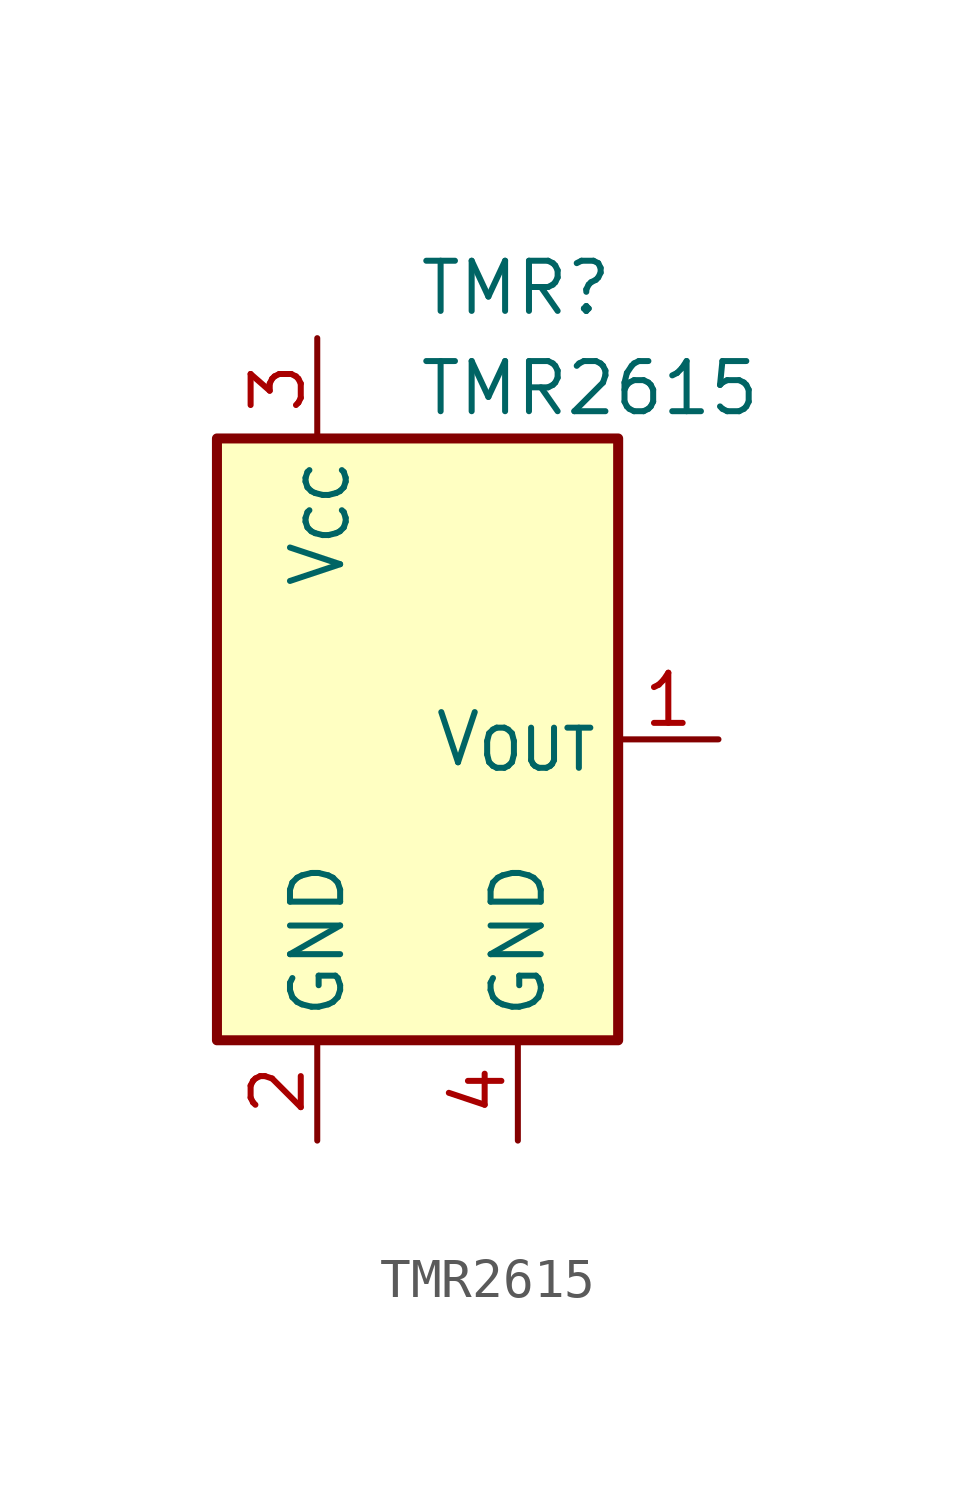
<source format=kicad_sym>
(kicad_symbol_lib
  (version 20241209)
  (generator "kicad_symbol_editor")
  (generator_version "9.0")
  (symbol "TMR2615"
    (property "Reference" "TMR"
      (at 0 11.43 0)
      (effects (font (size 1.27 1.27)) (justify left)))
    (property "Value" "TMR2615"
      (at 0 8.89 0)
      (effects (font (size 1.27 1.27)) (justify left)))
    (symbol "TMR2615_0_1"
      (rectangle (start -5.08 7.62) (end 5.08 -7.62) (stroke (width 0.254) (type default)) (fill (type background))))
    (symbol "TMR2615_1_1"
      (pin power_in line (at -2.54 10.16 270) (length 2.54) (name "V_{CC}" (effects (font (size 1.27 1.27)))) (number "3" (effects (font (size 1.27 1.27)))))
      (pin power_in line (at -2.54 -10.16 90) (length 2.54) (name "GND" (effects (font (size 1.27 1.27)))) (number "2" (effects (font (size 1.27 1.27)))))
      (pin power_in line (at 2.54 -10.16 90) (length 2.54) (name "GND" (effects (font (size 1.27 1.27)))) (number "4" (effects (font (size 1.27 1.27)))))
      (pin open_collector line (at 7.62 0 180) (length 2.54) (name "V_{OUT}" (effects (font (size 1.27 1.27)))) (number "1" (effects (font (size 1.27 1.27))))))))
</source>
